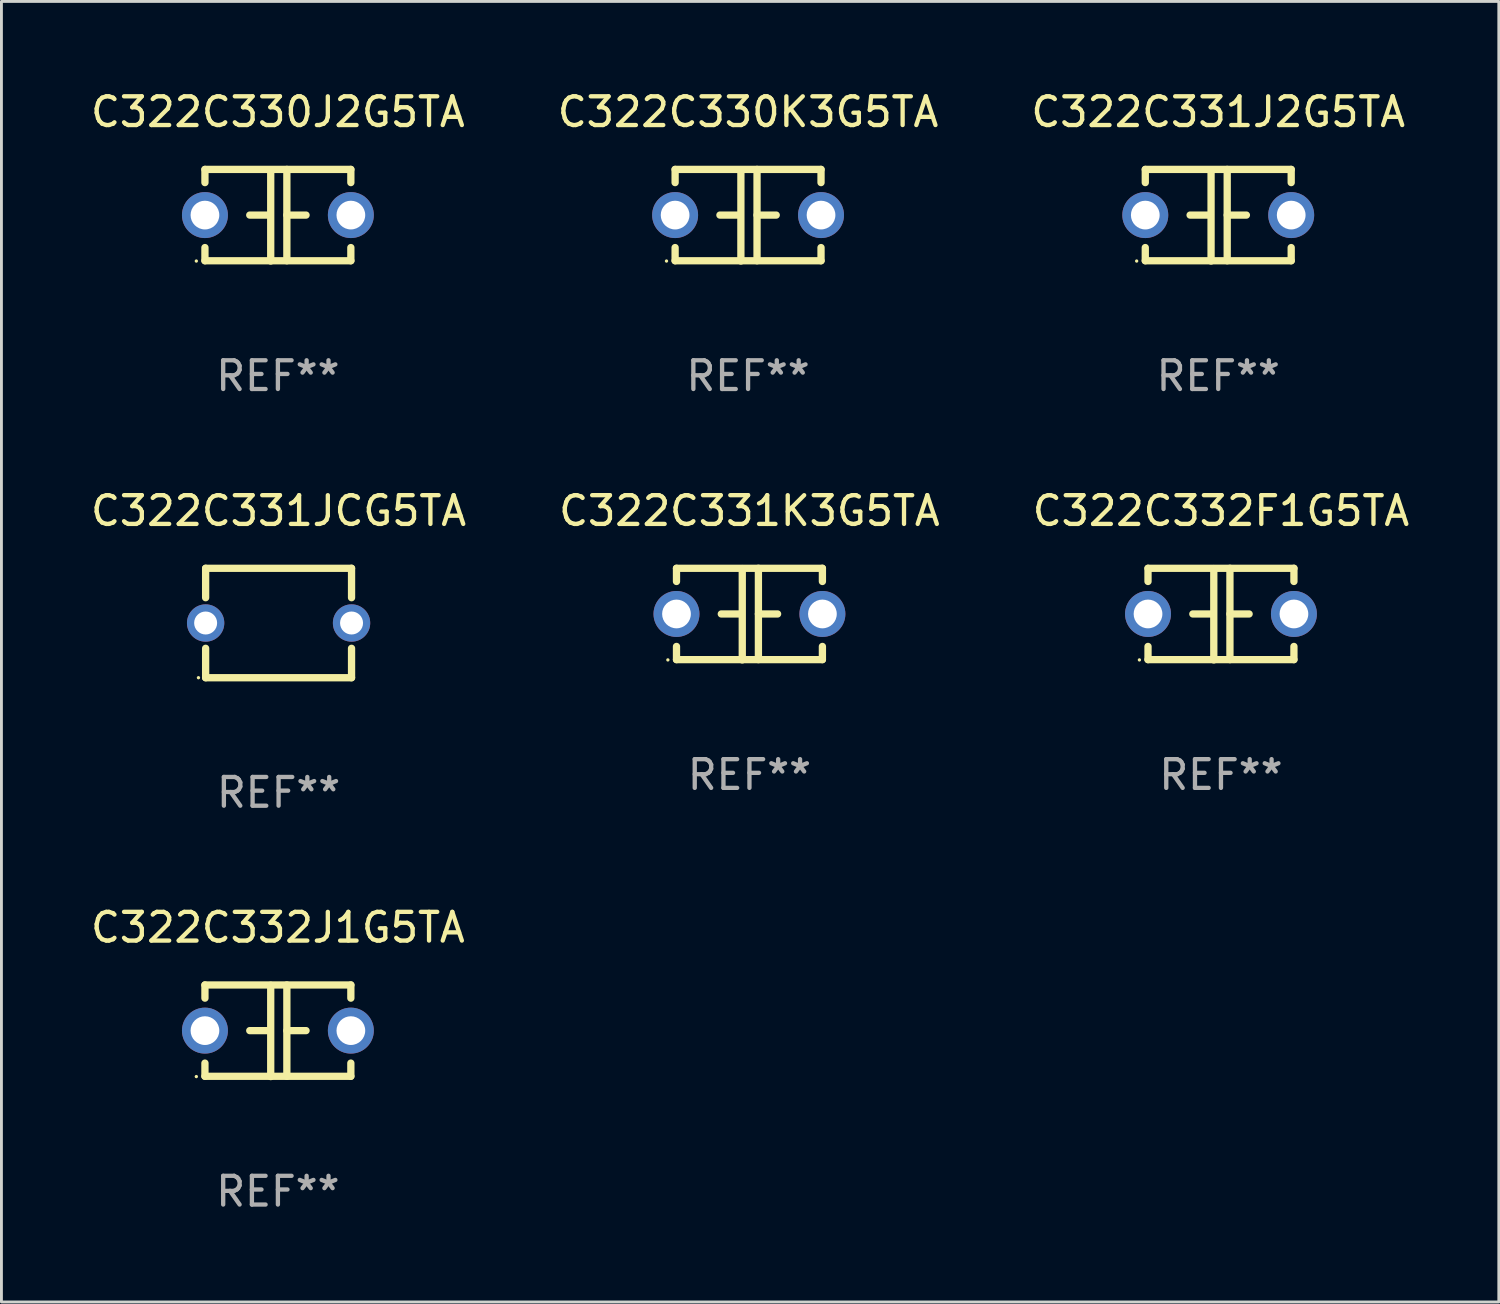
<source format=kicad_pcb>
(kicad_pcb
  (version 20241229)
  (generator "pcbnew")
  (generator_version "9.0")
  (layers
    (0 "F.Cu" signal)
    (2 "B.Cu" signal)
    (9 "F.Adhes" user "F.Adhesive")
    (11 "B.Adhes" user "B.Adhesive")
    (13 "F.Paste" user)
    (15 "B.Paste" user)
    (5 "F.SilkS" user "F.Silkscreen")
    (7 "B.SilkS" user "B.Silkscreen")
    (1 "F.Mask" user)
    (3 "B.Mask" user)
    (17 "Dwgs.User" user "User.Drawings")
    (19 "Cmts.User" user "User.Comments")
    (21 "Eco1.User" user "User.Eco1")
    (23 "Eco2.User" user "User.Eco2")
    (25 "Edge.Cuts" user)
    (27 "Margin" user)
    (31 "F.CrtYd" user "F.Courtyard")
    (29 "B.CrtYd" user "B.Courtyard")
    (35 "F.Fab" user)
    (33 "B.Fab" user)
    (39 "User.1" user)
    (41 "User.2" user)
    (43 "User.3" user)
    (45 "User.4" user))
  (footprint "C322C330J2G5TA"
    (layer "F.Cu")
    (at 6.625 4.443)
    (property "Reference" "C322C330J2G5TA" (at 0 -3.595 0) (layer "F.SilkS") (effects (font (size 1 1) (thickness 0.15))))
    (attr through_hole)
    (fp_line (start -2.54 -1.595) (end -2.54 -1.136) (stroke (width 0.254) (type solid)) (layer "F.SilkS"))
    (fp_line (start -2.54 -1.595) (end 2.54 -1.595) (stroke (width 0.254) (type solid)) (layer "F.SilkS"))
    (fp_line (start -2.54 1.126) (end -2.54 1.585) (stroke (width 0.254) (type solid)) (layer "F.SilkS"))
    (fp_line (start -0.312 -0.005) (end -0.98 -0.005) (stroke (width 0.254) (type solid)) (layer "F.SilkS"))
    (fp_line (start -0.25 -1.585) (end -0.25 1.595) (stroke (width 0.254) (type solid)) (layer "F.SilkS"))
    (fp_line (start 0.312 -1.595) (end 0.312 1.585) (stroke (width 0.254) (type solid)) (layer "F.SilkS"))
    (fp_line (start 0.312 -0.005) (end 0.98 -0.005) (stroke (width 0.254) (type solid)) (layer "F.SilkS"))
    (fp_line (start 2.54 -1.595) (end 2.54 -1.136) (stroke (width 0.254) (type solid)) (layer "F.SilkS"))
    (fp_line (start 2.54 1.126) (end 2.54 1.585) (stroke (width 0.254) (type solid)) (layer "F.SilkS"))
    (fp_line (start 2.54 1.585) (end -2.54 1.585) (stroke (width 0.254) (type solid)) (layer "F.SilkS"))
    (fp_circle (center -2.84 1.595) (end -2.81 1.595) (stroke (width 0.06) (type solid)) (fill no) (layer "F.SilkS"))
    (fp_text user "REF**" (at 0 5.595 0) (layer "F.Fab") (effects (font (size 1 1) (thickness 0.15))))
    (pad "1" thru_hole circle (at -2.54 -0.005) (size 1.6 1.6) (drill 1) (layers "*.Cu" "*.Mask"))
    (pad "2" thru_hole circle (at 2.54 -0.005) (size 1.6 1.6) (drill 1) (layers "*.Cu" "*.Mask")))
  (footprint "C322C331J2G5TA"
    (layer "F.Cu")
    (at 39.363 4.443)
    (property "Reference" "C322C331J2G5TA" (at 0 -3.595 0) (layer "F.SilkS") (effects (font (size 1 1) (thickness 0.15))))
    (attr through_hole)
    (fp_line (start -2.54 -1.595) (end -2.54 -1.136) (stroke (width 0.254) (type solid)) (layer "F.SilkS"))
    (fp_line (start -2.54 -1.595) (end 2.54 -1.595) (stroke (width 0.254) (type solid)) (layer "F.SilkS"))
    (fp_line (start -2.54 1.126) (end -2.54 1.585) (stroke (width 0.254) (type solid)) (layer "F.SilkS"))
    (fp_line (start -0.312 -0.005) (end -0.98 -0.005) (stroke (width 0.254) (type solid)) (layer "F.SilkS"))
    (fp_line (start -0.25 -1.585) (end -0.25 1.595) (stroke (width 0.254) (type solid)) (layer "F.SilkS"))
    (fp_line (start 0.312 -1.595) (end 0.312 1.585) (stroke (width 0.254) (type solid)) (layer "F.SilkS"))
    (fp_line (start 0.312 -0.005) (end 0.98 -0.005) (stroke (width 0.254) (type solid)) (layer "F.SilkS"))
    (fp_line (start 2.54 -1.595) (end 2.54 -1.136) (stroke (width 0.254) (type solid)) (layer "F.SilkS"))
    (fp_line (start 2.54 1.126) (end 2.54 1.585) (stroke (width 0.254) (type solid)) (layer "F.SilkS"))
    (fp_line (start 2.54 1.585) (end -2.54 1.585) (stroke (width 0.254) (type solid)) (layer "F.SilkS"))
    (fp_circle (center -2.84 1.595) (end -2.81 1.595) (stroke (width 0.06) (type solid)) (fill no) (layer "F.SilkS"))
    (fp_text user "REF**" (at 0 5.595 0) (layer "F.Fab") (effects (font (size 1 1) (thickness 0.15))))
    (pad "1" thru_hole circle (at -2.54 -0.005) (size 1.6 1.6) (drill 1) (layers "*.Cu" "*.Mask"))
    (pad "2" thru_hole circle (at 2.54 -0.005) (size 1.6 1.6) (drill 1) (layers "*.Cu" "*.Mask")))
  (footprint "C322C331JCG5TA"
    (layer "F.Cu")
    (at 6.649 18.64)
    (property "Reference" "C322C331JCG5TA" (at 0 -3.905 0) (layer "F.SilkS") (effects (font (size 1 1) (thickness 0.15))))
    (attr through_hole)
    (fp_line (start -2.54 -1.905) (end -2.54 -0.881) (stroke (width 0.254) (type solid)) (layer "F.SilkS"))
    (fp_line (start -2.54 0.881) (end -2.54 1.905) (stroke (width 0.254) (type solid)) (layer "F.SilkS"))
    (fp_line (start -2.54 1.905) (end 2.54 1.905) (stroke (width 0.254) (type solid)) (layer "F.SilkS"))
    (fp_line (start 2.54 -1.905) (end -2.54 -1.905) (stroke (width 0.254) (type solid)) (layer "F.SilkS"))
    (fp_line (start 2.54 -0.881) (end 2.54 -1.905) (stroke (width 0.254) (type solid)) (layer "F.SilkS"))
    (fp_line (start 2.54 1.905) (end 2.54 0.881) (stroke (width 0.254) (type solid)) (layer "F.SilkS"))
    (fp_circle (center -2.79 1.905) (end -2.76 1.905) (stroke (width 0.06) (type solid)) (fill no) (layer "F.SilkS"))
    (fp_text user "REF**" (at 0 5.905 0) (layer "F.Fab") (effects (font (size 1 1) (thickness 0.15))))
    (pad "1" thru_hole circle (at -2.54 0) (size 1.3 1.3) (drill 0.8) (layers "*.Cu" "*.Mask"))
    (pad "2" thru_hole circle (at 2.54 0) (size 1.3 1.3) (drill 0.8) (layers "*.Cu" "*.Mask")))
  (footprint "C322C332F1G5TA"
    (layer "F.Cu")
    (at 39.458 18.33)
    (property "Reference" "C322C332F1G5TA" (at 0 -3.595 0) (layer "F.SilkS") (effects (font (size 1 1) (thickness 0.15))))
    (attr through_hole)
    (fp_line (start -2.54 -1.595) (end -2.54 -1.136) (stroke (width 0.254) (type solid)) (layer "F.SilkS"))
    (fp_line (start -2.54 -1.595) (end 2.54 -1.595) (stroke (width 0.254) (type solid)) (layer "F.SilkS"))
    (fp_line (start -2.54 1.126) (end -2.54 1.585) (stroke (width 0.254) (type solid)) (layer "F.SilkS"))
    (fp_line (start -0.312 -0.005) (end -0.98 -0.005) (stroke (width 0.254) (type solid)) (layer "F.SilkS"))
    (fp_line (start -0.25 -1.585) (end -0.25 1.595) (stroke (width 0.254) (type solid)) (layer "F.SilkS"))
    (fp_line (start 0.312 -1.595) (end 0.312 1.585) (stroke (width 0.254) (type solid)) (layer "F.SilkS"))
    (fp_line (start 0.312 -0.005) (end 0.98 -0.005) (stroke (width 0.254) (type solid)) (layer "F.SilkS"))
    (fp_line (start 2.54 -1.595) (end 2.54 -1.136) (stroke (width 0.254) (type solid)) (layer "F.SilkS"))
    (fp_line (start 2.54 1.126) (end 2.54 1.585) (stroke (width 0.254) (type solid)) (layer "F.SilkS"))
    (fp_line (start 2.54 1.585) (end -2.54 1.585) (stroke (width 0.254) (type solid)) (layer "F.SilkS"))
    (fp_circle (center -2.84 1.595) (end -2.81 1.595) (stroke (width 0.06) (type solid)) (fill no) (layer "F.SilkS"))
    (fp_text user "REF**" (at 0 5.595 0) (layer "F.Fab") (effects (font (size 1 1) (thickness 0.15))))
    (pad "1" thru_hole circle (at -2.54 -0.005) (size 1.6 1.6) (drill 1) (layers "*.Cu" "*.Mask"))
    (pad "2" thru_hole circle (at 2.54 -0.005) (size 1.6 1.6) (drill 1) (layers "*.Cu" "*.Mask")))
  (footprint "C322C330K3G5TA"
    (layer "F.Cu")
    (at 22.994 4.443)
    (property "Reference" "C322C330K3G5TA" (at 0 -3.595 0) (layer "F.SilkS") (effects (font (size 1 1) (thickness 0.15))))
    (attr through_hole)
    (fp_line (start -2.54 -1.595) (end -2.54 -1.136) (stroke (width 0.254) (type solid)) (layer "F.SilkS"))
    (fp_line (start -2.54 -1.595) (end 2.54 -1.595) (stroke (width 0.254) (type solid)) (layer "F.SilkS"))
    (fp_line (start -2.54 1.126) (end -2.54 1.585) (stroke (width 0.254) (type solid)) (layer "F.SilkS"))
    (fp_line (start -0.312 -0.005) (end -0.98 -0.005) (stroke (width 0.254) (type solid)) (layer "F.SilkS"))
    (fp_line (start -0.25 -1.585) (end -0.25 1.595) (stroke (width 0.254) (type solid)) (layer "F.SilkS"))
    (fp_line (start 0.312 -1.595) (end 0.312 1.585) (stroke (width 0.254) (type solid)) (layer "F.SilkS"))
    (fp_line (start 0.312 -0.005) (end 0.98 -0.005) (stroke (width 0.254) (type solid)) (layer "F.SilkS"))
    (fp_line (start 2.54 -1.595) (end 2.54 -1.136) (stroke (width 0.254) (type solid)) (layer "F.SilkS"))
    (fp_line (start 2.54 1.126) (end 2.54 1.585) (stroke (width 0.254) (type solid)) (layer "F.SilkS"))
    (fp_line (start 2.54 1.585) (end -2.54 1.585) (stroke (width 0.254) (type solid)) (layer "F.SilkS"))
    (fp_circle (center -2.84 1.595) (end -2.81 1.595) (stroke (width 0.06) (type solid)) (fill no) (layer "F.SilkS"))
    (fp_text user "REF**" (at 0 5.595 0) (layer "F.Fab") (effects (font (size 1 1) (thickness 0.15))))
    (pad "1" thru_hole circle (at -2.54 -0.005) (size 1.6 1.6) (drill 1) (layers "*.Cu" "*.Mask"))
    (pad "2" thru_hole circle (at 2.54 -0.005) (size 1.6 1.6) (drill 1) (layers "*.Cu" "*.Mask")))
  (footprint "C322C331K3G5TA"
    (layer "F.Cu")
    (at 23.042 18.33)
    (property "Reference" "C322C331K3G5TA" (at 0 -3.595 0) (layer "F.SilkS") (effects (font (size 1 1) (thickness 0.15))))
    (attr through_hole)
    (fp_line (start -2.54 -1.595) (end -2.54 -1.136) (stroke (width 0.254) (type solid)) (layer "F.SilkS"))
    (fp_line (start -2.54 -1.595) (end 2.54 -1.595) (stroke (width 0.254) (type solid)) (layer "F.SilkS"))
    (fp_line (start -2.54 1.126) (end -2.54 1.585) (stroke (width 0.254) (type solid)) (layer "F.SilkS"))
    (fp_line (start -0.312 -0.005) (end -0.98 -0.005) (stroke (width 0.254) (type solid)) (layer "F.SilkS"))
    (fp_line (start -0.25 -1.585) (end -0.25 1.595) (stroke (width 0.254) (type solid)) (layer "F.SilkS"))
    (fp_line (start 0.312 -1.595) (end 0.312 1.585) (stroke (width 0.254) (type solid)) (layer "F.SilkS"))
    (fp_line (start 0.312 -0.005) (end 0.98 -0.005) (stroke (width 0.254) (type solid)) (layer "F.SilkS"))
    (fp_line (start 2.54 -1.595) (end 2.54 -1.136) (stroke (width 0.254) (type solid)) (layer "F.SilkS"))
    (fp_line (start 2.54 1.126) (end 2.54 1.585) (stroke (width 0.254) (type solid)) (layer "F.SilkS"))
    (fp_line (start 2.54 1.585) (end -2.54 1.585) (stroke (width 0.254) (type solid)) (layer "F.SilkS"))
    (fp_circle (center -2.84 1.595) (end -2.81 1.595) (stroke (width 0.06) (type solid)) (fill no) (layer "F.SilkS"))
    (fp_text user "REF**" (at 0 5.595 0) (layer "F.Fab") (effects (font (size 1 1) (thickness 0.15))))
    (pad "1" thru_hole circle (at -2.54 -0.005) (size 1.6 1.6) (drill 1) (layers "*.Cu" "*.Mask"))
    (pad "2" thru_hole circle (at 2.54 -0.005) (size 1.6 1.6) (drill 1) (layers "*.Cu" "*.Mask")))
  (footprint "C322C332J1G5TA"
    (layer "F.Cu")
    (at 6.625 32.836)
    (property "Reference" "C322C332J1G5TA" (at 0 -3.595 0) (layer "F.SilkS") (effects (font (size 1 1) (thickness 0.15))))
    (attr through_hole)
    (fp_line (start -2.54 -1.595) (end -2.54 -1.136) (stroke (width 0.254) (type solid)) (layer "F.SilkS"))
    (fp_line (start -2.54 -1.595) (end 2.54 -1.595) (stroke (width 0.254) (type solid)) (layer "F.SilkS"))
    (fp_line (start -2.54 1.126) (end -2.54 1.585) (stroke (width 0.254) (type solid)) (layer "F.SilkS"))
    (fp_line (start -0.312 -0.005) (end -0.98 -0.005) (stroke (width 0.254) (type solid)) (layer "F.SilkS"))
    (fp_line (start -0.25 -1.585) (end -0.25 1.595) (stroke (width 0.254) (type solid)) (layer "F.SilkS"))
    (fp_line (start 0.312 -1.595) (end 0.312 1.585) (stroke (width 0.254) (type solid)) (layer "F.SilkS"))
    (fp_line (start 0.312 -0.005) (end 0.98 -0.005) (stroke (width 0.254) (type solid)) (layer "F.SilkS"))
    (fp_line (start 2.54 -1.595) (end 2.54 -1.136) (stroke (width 0.254) (type solid)) (layer "F.SilkS"))
    (fp_line (start 2.54 1.126) (end 2.54 1.585) (stroke (width 0.254) (type solid)) (layer "F.SilkS"))
    (fp_line (start 2.54 1.585) (end -2.54 1.585) (stroke (width 0.254) (type solid)) (layer "F.SilkS"))
    (fp_circle (center -2.84 1.595) (end -2.81 1.595) (stroke (width 0.06) (type solid)) (fill no) (layer "F.SilkS"))
    (fp_text user "REF**" (at 0 5.595 0) (layer "F.Fab") (effects (font (size 1 1) (thickness 0.15))))
    (pad "1" thru_hole circle (at -2.54 -0.005) (size 1.6 1.6) (drill 1) (layers "*.Cu" "*.Mask"))
    (pad "2" thru_hole circle (at 2.54 -0.005) (size 1.6 1.6) (drill 1) (layers "*.Cu" "*.Mask")))
  (gr_rect
    (start -3 -3)
    (end 49.131 42.279)
    (stroke (width 0.1) (type default))
    (fill no)
    (layer "Edge.Cuts")))
</source>
